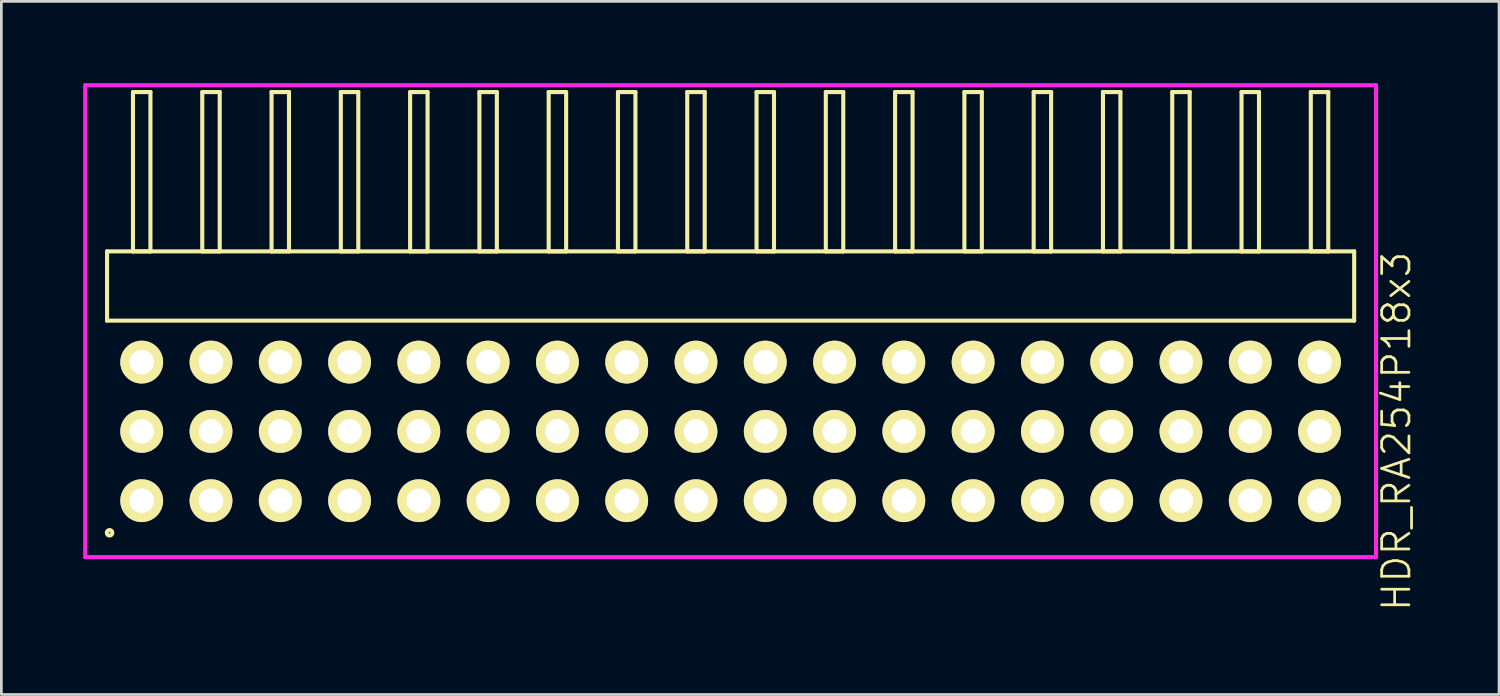
<source format=kicad_pcb>
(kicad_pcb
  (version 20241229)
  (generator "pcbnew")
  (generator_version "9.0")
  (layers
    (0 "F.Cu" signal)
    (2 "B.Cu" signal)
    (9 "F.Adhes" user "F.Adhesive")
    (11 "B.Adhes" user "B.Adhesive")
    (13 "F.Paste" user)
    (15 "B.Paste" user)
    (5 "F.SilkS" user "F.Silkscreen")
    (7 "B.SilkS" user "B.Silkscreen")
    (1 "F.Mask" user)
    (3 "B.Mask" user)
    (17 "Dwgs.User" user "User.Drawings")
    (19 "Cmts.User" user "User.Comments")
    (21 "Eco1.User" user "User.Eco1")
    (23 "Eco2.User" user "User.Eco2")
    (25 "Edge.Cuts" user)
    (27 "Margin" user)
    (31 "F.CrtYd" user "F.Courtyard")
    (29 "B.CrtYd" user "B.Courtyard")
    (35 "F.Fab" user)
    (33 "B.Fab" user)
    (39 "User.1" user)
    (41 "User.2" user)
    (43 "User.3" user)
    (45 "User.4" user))
  (footprint "HDR_RA254P18x3"
    (layer "F.Cu")
    (at 23.735 12.765)
    (property "Reference" "HDR_RA254P18x3" (at 24.41 0 90) (layer "F.SilkS") (effects (font (size 1 1) (thickness 0.1))))
    (attr through_hole)
    (fp_line (start -22.86 -6.6) (end -22.86 -4.06) (stroke (width 0.15) (type solid)) (layer "F.SilkS"))
    (fp_line (start -22.86 -4.06) (end 22.86 -4.06) (stroke (width 0.15) (type solid)) (layer "F.SilkS"))
    (fp_line (start -21.91 -12.44) (end -21.91 -6.6) (stroke (width 0.15) (type solid)) (layer "F.SilkS"))
    (fp_line (start -21.91 -6.6) (end -21.27 -6.6) (stroke (width 0.15) (type solid)) (layer "F.SilkS"))
    (fp_line (start -21.27 -12.44) (end -21.91 -12.44) (stroke (width 0.15) (type solid)) (layer "F.SilkS"))
    (fp_line (start -21.27 -6.6) (end -21.27 -12.44) (stroke (width 0.15) (type solid)) (layer "F.SilkS"))
    (fp_line (start -19.37 -12.44) (end -19.37 -6.6) (stroke (width 0.15) (type solid)) (layer "F.SilkS"))
    (fp_line (start -19.37 -6.6) (end -18.73 -6.6) (stroke (width 0.15) (type solid)) (layer "F.SilkS"))
    (fp_line (start -18.73 -12.44) (end -19.37 -12.44) (stroke (width 0.15) (type solid)) (layer "F.SilkS"))
    (fp_line (start -18.73 -6.6) (end -18.73 -12.44) (stroke (width 0.15) (type solid)) (layer "F.SilkS"))
    (fp_line (start -16.83 -12.44) (end -16.83 -6.6) (stroke (width 0.15) (type solid)) (layer "F.SilkS"))
    (fp_line (start -16.83 -6.6) (end -16.19 -6.6) (stroke (width 0.15) (type solid)) (layer "F.SilkS"))
    (fp_line (start -16.19 -12.44) (end -16.83 -12.44) (stroke (width 0.15) (type solid)) (layer "F.SilkS"))
    (fp_line (start -16.19 -6.6) (end -16.19 -12.44) (stroke (width 0.15) (type solid)) (layer "F.SilkS"))
    (fp_line (start -14.29 -12.44) (end -14.29 -6.6) (stroke (width 0.15) (type solid)) (layer "F.SilkS"))
    (fp_line (start -14.29 -6.6) (end -13.65 -6.6) (stroke (width 0.15) (type solid)) (layer "F.SilkS"))
    (fp_line (start -13.65 -12.44) (end -14.29 -12.44) (stroke (width 0.15) (type solid)) (layer "F.SilkS"))
    (fp_line (start -13.65 -6.6) (end -13.65 -12.44) (stroke (width 0.15) (type solid)) (layer "F.SilkS"))
    (fp_line (start -11.75 -12.44) (end -11.75 -6.6) (stroke (width 0.15) (type solid)) (layer "F.SilkS"))
    (fp_line (start -11.75 -6.6) (end -11.11 -6.6) (stroke (width 0.15) (type solid)) (layer "F.SilkS"))
    (fp_line (start -11.11 -12.44) (end -11.75 -12.44) (stroke (width 0.15) (type solid)) (layer "F.SilkS"))
    (fp_line (start -11.11 -6.6) (end -11.11 -12.44) (stroke (width 0.15) (type solid)) (layer "F.SilkS"))
    (fp_line (start -9.21 -12.44) (end -9.21 -6.6) (stroke (width 0.15) (type solid)) (layer "F.SilkS"))
    (fp_line (start -9.21 -6.6) (end -8.57 -6.6) (stroke (width 0.15) (type solid)) (layer "F.SilkS"))
    (fp_line (start -8.57 -12.44) (end -9.21 -12.44) (stroke (width 0.15) (type solid)) (layer "F.SilkS"))
    (fp_line (start -8.57 -6.6) (end -8.57 -12.44) (stroke (width 0.15) (type solid)) (layer "F.SilkS"))
    (fp_line (start -6.67 -12.44) (end -6.67 -6.6) (stroke (width 0.15) (type solid)) (layer "F.SilkS"))
    (fp_line (start -6.67 -6.6) (end -6.03 -6.6) (stroke (width 0.15) (type solid)) (layer "F.SilkS"))
    (fp_line (start -6.03 -12.44) (end -6.67 -12.44) (stroke (width 0.15) (type solid)) (layer "F.SilkS"))
    (fp_line (start -6.03 -6.6) (end -6.03 -12.44) (stroke (width 0.15) (type solid)) (layer "F.SilkS"))
    (fp_line (start -4.13 -12.44) (end -4.13 -6.6) (stroke (width 0.15) (type solid)) (layer "F.SilkS"))
    (fp_line (start -4.13 -6.6) (end -3.49 -6.6) (stroke (width 0.15) (type solid)) (layer "F.SilkS"))
    (fp_line (start -3.49 -12.44) (end -4.13 -12.44) (stroke (width 0.15) (type solid)) (layer "F.SilkS"))
    (fp_line (start -3.49 -6.6) (end -3.49 -12.44) (stroke (width 0.15) (type solid)) (layer "F.SilkS"))
    (fp_line (start -1.59 -12.44) (end -1.59 -6.6) (stroke (width 0.15) (type solid)) (layer "F.SilkS"))
    (fp_line (start -1.59 -6.6) (end -0.95 -6.6) (stroke (width 0.15) (type solid)) (layer "F.SilkS"))
    (fp_line (start -0.95 -12.44) (end -1.59 -12.44) (stroke (width 0.15) (type solid)) (layer "F.SilkS"))
    (fp_line (start -0.95 -6.6) (end -0.95 -12.44) (stroke (width 0.15) (type solid)) (layer "F.SilkS"))
    (fp_line (start 0.95 -12.44) (end 0.95 -6.6) (stroke (width 0.15) (type solid)) (layer "F.SilkS"))
    (fp_line (start 0.95 -6.6) (end 1.59 -6.6) (stroke (width 0.15) (type solid)) (layer "F.SilkS"))
    (fp_line (start 1.59 -12.44) (end 0.95 -12.44) (stroke (width 0.15) (type solid)) (layer "F.SilkS"))
    (fp_line (start 1.59 -6.6) (end 1.59 -12.44) (stroke (width 0.15) (type solid)) (layer "F.SilkS"))
    (fp_line (start 3.49 -12.44) (end 3.49 -6.6) (stroke (width 0.15) (type solid)) (layer "F.SilkS"))
    (fp_line (start 3.49 -6.6) (end 4.13 -6.6) (stroke (width 0.15) (type solid)) (layer "F.SilkS"))
    (fp_line (start 4.13 -12.44) (end 3.49 -12.44) (stroke (width 0.15) (type solid)) (layer "F.SilkS"))
    (fp_line (start 4.13 -6.6) (end 4.13 -12.44) (stroke (width 0.15) (type solid)) (layer "F.SilkS"))
    (fp_line (start 6.03 -12.44) (end 6.03 -6.6) (stroke (width 0.15) (type solid)) (layer "F.SilkS"))
    (fp_line (start 6.03 -6.6) (end 6.67 -6.6) (stroke (width 0.15) (type solid)) (layer "F.SilkS"))
    (fp_line (start 6.67 -12.44) (end 6.03 -12.44) (stroke (width 0.15) (type solid)) (layer "F.SilkS"))
    (fp_line (start 6.67 -6.6) (end 6.67 -12.44) (stroke (width 0.15) (type solid)) (layer "F.SilkS"))
    (fp_line (start 8.57 -12.44) (end 8.57 -6.6) (stroke (width 0.15) (type solid)) (layer "F.SilkS"))
    (fp_line (start 8.57 -6.6) (end 9.21 -6.6) (stroke (width 0.15) (type solid)) (layer "F.SilkS"))
    (fp_line (start 9.21 -12.44) (end 8.57 -12.44) (stroke (width 0.15) (type solid)) (layer "F.SilkS"))
    (fp_line (start 9.21 -6.6) (end 9.21 -12.44) (stroke (width 0.15) (type solid)) (layer "F.SilkS"))
    (fp_line (start 11.11 -12.44) (end 11.11 -6.6) (stroke (width 0.15) (type solid)) (layer "F.SilkS"))
    (fp_line (start 11.11 -6.6) (end 11.75 -6.6) (stroke (width 0.15) (type solid)) (layer "F.SilkS"))
    (fp_line (start 11.75 -12.44) (end 11.11 -12.44) (stroke (width 0.15) (type solid)) (layer "F.SilkS"))
    (fp_line (start 11.75 -6.6) (end 11.75 -12.44) (stroke (width 0.15) (type solid)) (layer "F.SilkS"))
    (fp_line (start 13.65 -12.44) (end 13.65 -6.6) (stroke (width 0.15) (type solid)) (layer "F.SilkS"))
    (fp_line (start 13.65 -6.6) (end 14.29 -6.6) (stroke (width 0.15) (type solid)) (layer "F.SilkS"))
    (fp_line (start 14.29 -12.44) (end 13.65 -12.44) (stroke (width 0.15) (type solid)) (layer "F.SilkS"))
    (fp_line (start 14.29 -6.6) (end 14.29 -12.44) (stroke (width 0.15) (type solid)) (layer "F.SilkS"))
    (fp_line (start 16.19 -12.44) (end 16.19 -6.6) (stroke (width 0.15) (type solid)) (layer "F.SilkS"))
    (fp_line (start 16.19 -6.6) (end 16.83 -6.6) (stroke (width 0.15) (type solid)) (layer "F.SilkS"))
    (fp_line (start 16.83 -12.44) (end 16.19 -12.44) (stroke (width 0.15) (type solid)) (layer "F.SilkS"))
    (fp_line (start 16.83 -6.6) (end 16.83 -12.44) (stroke (width 0.15) (type solid)) (layer "F.SilkS"))
    (fp_line (start 18.73 -12.44) (end 18.73 -6.6) (stroke (width 0.15) (type solid)) (layer "F.SilkS"))
    (fp_line (start 18.73 -6.6) (end 19.37 -6.6) (stroke (width 0.15) (type solid)) (layer "F.SilkS"))
    (fp_line (start 19.37 -12.44) (end 18.73 -12.44) (stroke (width 0.15) (type solid)) (layer "F.SilkS"))
    (fp_line (start 19.37 -6.6) (end 19.37 -12.44) (stroke (width 0.15) (type solid)) (layer "F.SilkS"))
    (fp_line (start 21.27 -12.44) (end 21.27 -6.6) (stroke (width 0.15) (type solid)) (layer "F.SilkS"))
    (fp_line (start 21.27 -6.6) (end 21.91 -6.6) (stroke (width 0.15) (type solid)) (layer "F.SilkS"))
    (fp_line (start 21.91 -12.44) (end 21.27 -12.44) (stroke (width 0.15) (type solid)) (layer "F.SilkS"))
    (fp_line (start 21.91 -6.6) (end 21.91 -12.44) (stroke (width 0.15) (type solid)) (layer "F.SilkS"))
    (fp_line (start 22.86 -6.6) (end -22.86 -6.6) (stroke (width 0.15) (type solid)) (layer "F.SilkS"))
    (fp_line (start 22.86 -4.06) (end 22.86 -6.6) (stroke (width 0.15) (type solid)) (layer "F.SilkS"))
    (fp_circle (center -22.768 3.718) (end -22.667 3.718) (stroke (width 0.15) (type solid)) (fill no) (layer "F.SilkS"))
    (fp_line (start -23.66 -12.69) (end -23.66 4.61) (stroke (width 0.15) (type solid)) (layer "F.CrtYd"))
    (fp_line (start -23.66 4.61) (end 23.66 4.61) (stroke (width 0.15) (type solid)) (layer "F.CrtYd"))
    (fp_line (start 23.66 -12.69) (end -23.66 -12.69) (stroke (width 0.15) (type solid)) (layer "F.CrtYd"))
    (fp_line (start 23.66 4.61) (end 23.66 -12.69) (stroke (width 0.15) (type solid)) (layer "F.CrtYd"))
    (pad "1" thru_hole oval (at -21.59 2.54) (size 1.57 1.57) (drill 0.9) (layers "*.Cu" "*.Mask" "F.SilkS"))
    (pad "2" thru_hole oval (at -21.59 0) (size 1.57 1.57) (drill 0.9) (layers "*.Cu" "*.Mask" "F.SilkS"))
    (pad "3" thru_hole oval (at -21.59 -2.54) (size 1.57 1.57) (drill 0.9) (layers "*.Cu" "*.Mask" "F.SilkS"))
    (pad "4" thru_hole oval (at -19.05 2.54) (size 1.57 1.57) (drill 0.9) (layers "*.Cu" "*.Mask" "F.SilkS"))
    (pad "5" thru_hole oval (at -19.05 0) (size 1.57 1.57) (drill 0.9) (layers "*.Cu" "*.Mask" "F.SilkS"))
    (pad "6" thru_hole oval (at -19.05 -2.54) (size 1.57 1.57) (drill 0.9) (layers "*.Cu" "*.Mask" "F.SilkS"))
    (pad "7" thru_hole oval (at -16.51 2.54) (size 1.57 1.57) (drill 0.9) (layers "*.Cu" "*.Mask" "F.SilkS"))
    (pad "8" thru_hole oval (at -16.51 0) (size 1.57 1.57) (drill 0.9) (layers "*.Cu" "*.Mask" "F.SilkS"))
    (pad "9" thru_hole oval (at -16.51 -2.54) (size 1.57 1.57) (drill 0.9) (layers "*.Cu" "*.Mask" "F.SilkS"))
    (pad "10" thru_hole oval (at -13.97 2.54) (size 1.57 1.57) (drill 0.9) (layers "*.Cu" "*.Mask" "F.SilkS"))
    (pad "11" thru_hole oval (at -13.97 0) (size 1.57 1.57) (drill 0.9) (layers "*.Cu" "*.Mask" "F.SilkS"))
    (pad "12" thru_hole oval (at -13.97 -2.54) (size 1.57 1.57) (drill 0.9) (layers "*.Cu" "*.Mask" "F.SilkS"))
    (pad "13" thru_hole oval (at -11.43 2.54) (size 1.57 1.57) (drill 0.9) (layers "*.Cu" "*.Mask" "F.SilkS"))
    (pad "14" thru_hole oval (at -11.43 0) (size 1.57 1.57) (drill 0.9) (layers "*.Cu" "*.Mask" "F.SilkS"))
    (pad "15" thru_hole oval (at -11.43 -2.54) (size 1.57 1.57) (drill 0.9) (layers "*.Cu" "*.Mask" "F.SilkS"))
    (pad "16" thru_hole oval (at -8.89 2.54) (size 1.57 1.57) (drill 0.9) (layers "*.Cu" "*.Mask" "F.SilkS"))
    (pad "17" thru_hole oval (at -8.89 0) (size 1.57 1.57) (drill 0.9) (layers "*.Cu" "*.Mask" "F.SilkS"))
    (pad "18" thru_hole oval (at -8.89 -2.54) (size 1.57 1.57) (drill 0.9) (layers "*.Cu" "*.Mask" "F.SilkS"))
    (pad "19" thru_hole oval (at -6.35 2.54) (size 1.57 1.57) (drill 0.9) (layers "*.Cu" "*.Mask" "F.SilkS"))
    (pad "20" thru_hole oval (at -6.35 0) (size 1.57 1.57) (drill 0.9) (layers "*.Cu" "*.Mask" "F.SilkS"))
    (pad "21" thru_hole oval (at -6.35 -2.54) (size 1.57 1.57) (drill 0.9) (layers "*.Cu" "*.Mask" "F.SilkS"))
    (pad "22" thru_hole oval (at -3.81 2.54) (size 1.57 1.57) (drill 0.9) (layers "*.Cu" "*.Mask" "F.SilkS"))
    (pad "23" thru_hole oval (at -3.81 0) (size 1.57 1.57) (drill 0.9) (layers "*.Cu" "*.Mask" "F.SilkS"))
    (pad "24" thru_hole oval (at -3.81 -2.54) (size 1.57 1.57) (drill 0.9) (layers "*.Cu" "*.Mask" "F.SilkS"))
    (pad "25" thru_hole oval (at -1.27 2.54) (size 1.57 1.57) (drill 0.9) (layers "*.Cu" "*.Mask" "F.SilkS"))
    (pad "26" thru_hole oval (at -1.27 0) (size 1.57 1.57) (drill 0.9) (layers "*.Cu" "*.Mask" "F.SilkS"))
    (pad "27" thru_hole oval (at -1.27 -2.54) (size 1.57 1.57) (drill 0.9) (layers "*.Cu" "*.Mask" "F.SilkS"))
    (pad "28" thru_hole oval (at 1.27 2.54) (size 1.57 1.57) (drill 0.9) (layers "*.Cu" "*.Mask" "F.SilkS"))
    (pad "29" thru_hole oval (at 1.27 0) (size 1.57 1.57) (drill 0.9) (layers "*.Cu" "*.Mask" "F.SilkS"))
    (pad "30" thru_hole oval (at 1.27 -2.54) (size 1.57 1.57) (drill 0.9) (layers "*.Cu" "*.Mask" "F.SilkS"))
    (pad "31" thru_hole oval (at 3.81 2.54) (size 1.57 1.57) (drill 0.9) (layers "*.Cu" "*.Mask" "F.SilkS"))
    (pad "32" thru_hole oval (at 3.81 0) (size 1.57 1.57) (drill 0.9) (layers "*.Cu" "*.Mask" "F.SilkS"))
    (pad "33" thru_hole oval (at 3.81 -2.54) (size 1.57 1.57) (drill 0.9) (layers "*.Cu" "*.Mask" "F.SilkS"))
    (pad "34" thru_hole oval (at 6.35 2.54) (size 1.57 1.57) (drill 0.9) (layers "*.Cu" "*.Mask" "F.SilkS"))
    (pad "35" thru_hole oval (at 6.35 0) (size 1.57 1.57) (drill 0.9) (layers "*.Cu" "*.Mask" "F.SilkS"))
    (pad "36" thru_hole oval (at 6.35 -2.54) (size 1.57 1.57) (drill 0.9) (layers "*.Cu" "*.Mask" "F.SilkS"))
    (pad "37" thru_hole oval (at 8.89 2.54) (size 1.57 1.57) (drill 0.9) (layers "*.Cu" "*.Mask" "F.SilkS"))
    (pad "38" thru_hole oval (at 8.89 0) (size 1.57 1.57) (drill 0.9) (layers "*.Cu" "*.Mask" "F.SilkS"))
    (pad "39" thru_hole oval (at 8.89 -2.54) (size 1.57 1.57) (drill 0.9) (layers "*.Cu" "*.Mask" "F.SilkS"))
    (pad "40" thru_hole oval (at 11.43 2.54) (size 1.57 1.57) (drill 0.9) (layers "*.Cu" "*.Mask" "F.SilkS"))
    (pad "41" thru_hole oval (at 11.43 0) (size 1.57 1.57) (drill 0.9) (layers "*.Cu" "*.Mask" "F.SilkS"))
    (pad "42" thru_hole oval (at 11.43 -2.54) (size 1.57 1.57) (drill 0.9) (layers "*.Cu" "*.Mask" "F.SilkS"))
    (pad "43" thru_hole oval (at 13.97 2.54) (size 1.57 1.57) (drill 0.9) (layers "*.Cu" "*.Mask" "F.SilkS"))
    (pad "44" thru_hole oval (at 13.97 0) (size 1.57 1.57) (drill 0.9) (layers "*.Cu" "*.Mask" "F.SilkS"))
    (pad "45" thru_hole oval (at 13.97 -2.54) (size 1.57 1.57) (drill 0.9) (layers "*.Cu" "*.Mask" "F.SilkS"))
    (pad "46" thru_hole oval (at 16.51 2.54) (size 1.57 1.57) (drill 0.9) (layers "*.Cu" "*.Mask" "F.SilkS"))
    (pad "47" thru_hole oval (at 16.51 0) (size 1.57 1.57) (drill 0.9) (layers "*.Cu" "*.Mask" "F.SilkS"))
    (pad "48" thru_hole oval (at 16.51 -2.54) (size 1.57 1.57) (drill 0.9) (layers "*.Cu" "*.Mask" "F.SilkS"))
    (pad "49" thru_hole oval (at 19.05 2.54) (size 1.57 1.57) (drill 0.9) (layers "*.Cu" "*.Mask" "F.SilkS"))
    (pad "50" thru_hole oval (at 19.05 0) (size 1.57 1.57) (drill 0.9) (layers "*.Cu" "*.Mask" "F.SilkS"))
    (pad "51" thru_hole oval (at 19.05 -2.54) (size 1.57 1.57) (drill 0.9) (layers "*.Cu" "*.Mask" "F.SilkS"))
    (pad "52" thru_hole oval (at 21.59 2.54) (size 1.57 1.57) (drill 0.9) (layers "*.Cu" "*.Mask" "F.SilkS"))
    (pad "53" thru_hole oval (at 21.59 0) (size 1.57 1.57) (drill 0.9) (layers "*.Cu" "*.Mask" "F.SilkS"))
    (pad "54" thru_hole oval (at 21.59 -2.54) (size 1.57 1.57) (drill 0.9) (layers "*.Cu" "*.Mask" "F.SilkS")))
  (gr_rect
    (start -3 -3)
    (end 51.906 22.41)
    (stroke (width 0.1) (type default))
    (fill no)
    (layer "Edge.Cuts")))
</source>
